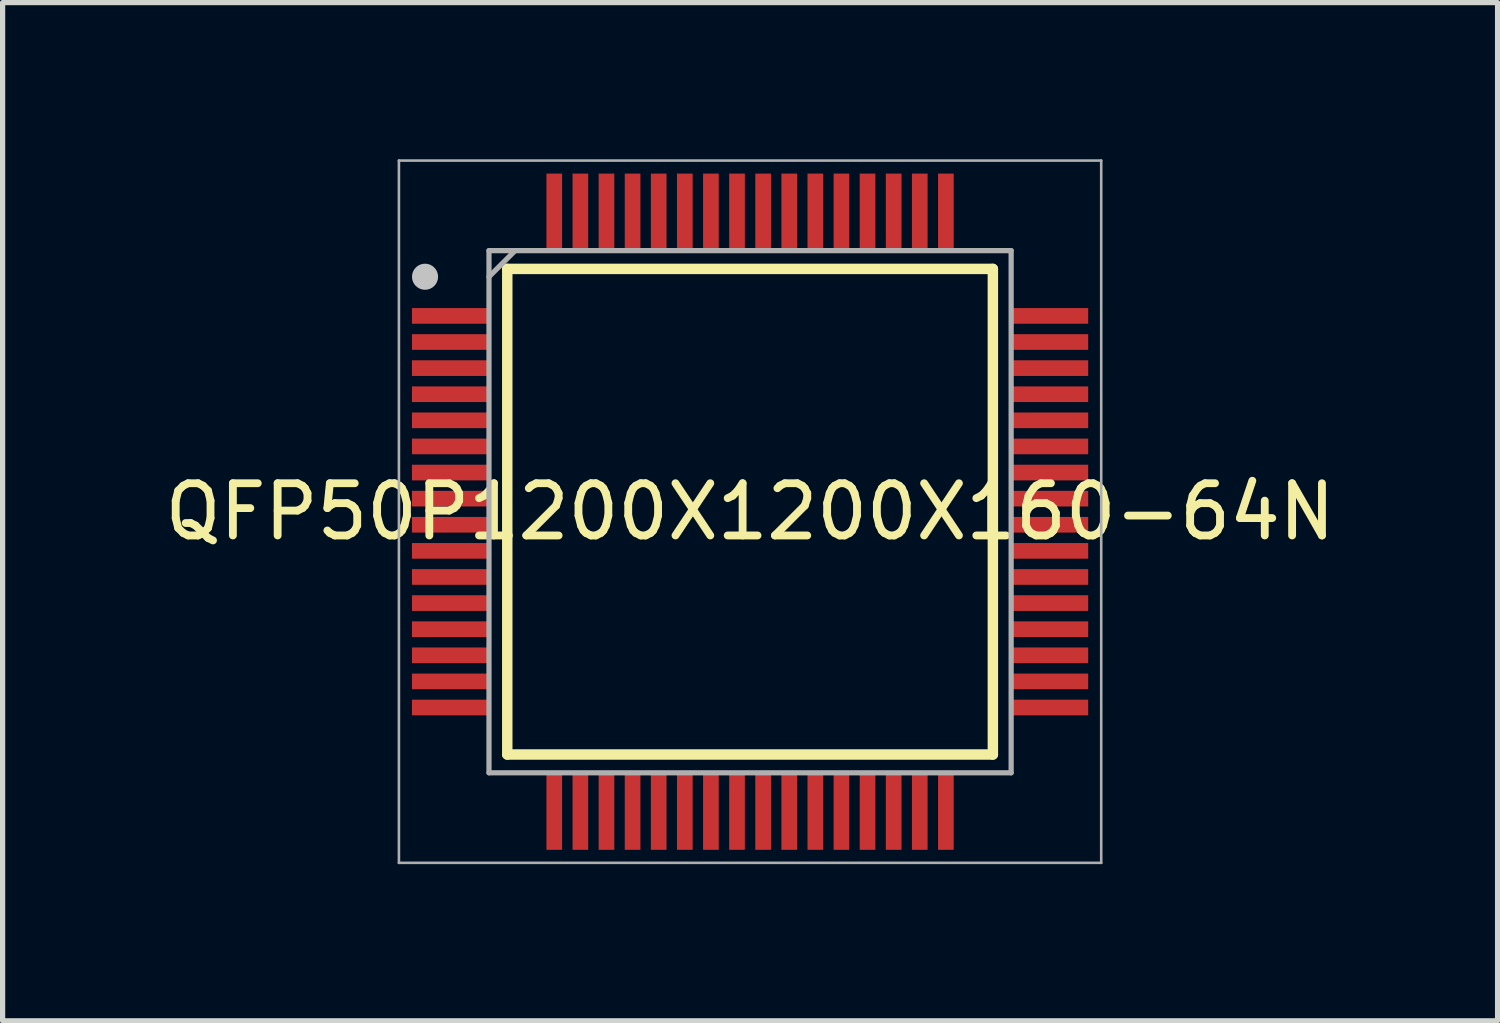
<source format=kicad_pcb>
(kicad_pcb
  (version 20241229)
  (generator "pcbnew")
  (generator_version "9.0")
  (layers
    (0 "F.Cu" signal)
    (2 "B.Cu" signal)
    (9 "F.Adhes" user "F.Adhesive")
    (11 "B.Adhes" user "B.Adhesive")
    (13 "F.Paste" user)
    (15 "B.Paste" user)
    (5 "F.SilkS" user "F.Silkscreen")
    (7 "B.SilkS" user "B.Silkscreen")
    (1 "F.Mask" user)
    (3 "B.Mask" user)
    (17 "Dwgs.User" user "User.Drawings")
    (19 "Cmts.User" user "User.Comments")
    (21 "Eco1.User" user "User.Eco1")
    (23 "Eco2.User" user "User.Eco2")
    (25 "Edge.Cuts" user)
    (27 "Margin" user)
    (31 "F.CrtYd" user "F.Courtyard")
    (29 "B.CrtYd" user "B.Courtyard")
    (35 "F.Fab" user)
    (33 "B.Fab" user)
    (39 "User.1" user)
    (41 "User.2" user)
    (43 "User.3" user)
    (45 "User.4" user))
  (footprint "QFP50P1200X1200X160-64N"
    (layer "F.Cu")
    (at 11.315 6.75)
    (property "Reference" "QFP50P1200X1200X160-64N" (at 0 0 0) (layer "F.SilkS") (effects (font (size 1 1) (thickness 0.15))))
    (attr smd)
    (fp_line (start -4.65 -4.65) (end 4.65 -4.65) (stroke (width 0.2) (type solid)) (layer "F.SilkS"))
    (fp_line (start -4.65 4.65) (end -4.65 -4.65) (stroke (width 0.2) (type solid)) (layer "F.SilkS"))
    (fp_line (start 4.65 -4.65) (end 4.65 4.65) (stroke (width 0.2) (type solid)) (layer "F.SilkS"))
    (fp_line (start 4.65 4.65) (end -4.65 4.65) (stroke (width 0.2) (type solid)) (layer "F.SilkS"))
    (fp_circle (center -6.225 -4.5) (end -6.1 -4.5) (stroke (width 0.25) (type solid)) (fill no) (layer "Dwgs.User"))
    (fp_line (start -6.725 -6.725) (end 6.725 -6.725) (stroke (width 0.05) (type solid)) (layer "F.Fab"))
    (fp_line (start -6.725 6.725) (end -6.725 -6.725) (stroke (width 0.05) (type solid)) (layer "F.Fab"))
    (fp_line (start -5 -5) (end 5 -5) (stroke (width 0.1) (type solid)) (layer "F.Fab"))
    (fp_line (start -5 -4.5) (end -4.5 -5) (stroke (width 0.1) (type solid)) (layer "F.Fab"))
    (fp_line (start -5 5) (end -5 -5) (stroke (width 0.1) (type solid)) (layer "F.Fab"))
    (fp_line (start 5 -5) (end 5 5) (stroke (width 0.1) (type solid)) (layer "F.Fab"))
    (fp_line (start 5 5) (end -5 5) (stroke (width 0.1) (type solid)) (layer "F.Fab"))
    (fp_line (start 6.725 -6.725) (end 6.725 6.725) (stroke (width 0.05) (type solid)) (layer "F.Fab"))
    (fp_line (start 6.725 6.725) (end -6.725 6.725) (stroke (width 0.05) (type solid)) (layer "F.Fab"))
    (pad "1" smd rect (at -5.738 -3.75) (size 1.475 0.3) (layers "F.Cu" "F.Mask" "F.Paste"))
    (pad "2" smd rect (at -5.738 -3.25) (size 1.475 0.3) (layers "F.Cu" "F.Mask" "F.Paste"))
    (pad "3" smd rect (at -5.738 -2.75) (size 1.475 0.3) (layers "F.Cu" "F.Mask" "F.Paste"))
    (pad "4" smd rect (at -5.738 -2.25) (size 1.475 0.3) (layers "F.Cu" "F.Mask" "F.Paste"))
    (pad "5" smd rect (at -5.738 -1.75) (size 1.475 0.3) (layers "F.Cu" "F.Mask" "F.Paste"))
    (pad "6" smd rect (at -5.738 -1.25) (size 1.475 0.3) (layers "F.Cu" "F.Mask" "F.Paste"))
    (pad "7" smd rect (at -5.738 -0.75) (size 1.475 0.3) (layers "F.Cu" "F.Mask" "F.Paste"))
    (pad "8" smd rect (at -5.738 -0.25) (size 1.475 0.3) (layers "F.Cu" "F.Mask" "F.Paste"))
    (pad "9" smd rect (at -5.738 0.25) (size 1.475 0.3) (layers "F.Cu" "F.Mask" "F.Paste"))
    (pad "10" smd rect (at -5.738 0.75) (size 1.475 0.3) (layers "F.Cu" "F.Mask" "F.Paste"))
    (pad "11" smd rect (at -5.738 1.25) (size 1.475 0.3) (layers "F.Cu" "F.Mask" "F.Paste"))
    (pad "12" smd rect (at -5.738 1.75) (size 1.475 0.3) (layers "F.Cu" "F.Mask" "F.Paste"))
    (pad "13" smd rect (at -5.738 2.25) (size 1.475 0.3) (layers "F.Cu" "F.Mask" "F.Paste"))
    (pad "14" smd rect (at -5.738 2.75) (size 1.475 0.3) (layers "F.Cu" "F.Mask" "F.Paste"))
    (pad "15" smd rect (at -5.738 3.25) (size 1.475 0.3) (layers "F.Cu" "F.Mask" "F.Paste"))
    (pad "16" smd rect (at -5.738 3.75) (size 1.475 0.3) (layers "F.Cu" "F.Mask" "F.Paste"))
    (pad "17" smd rect (at -3.75 5.738 90) (size 1.475 0.3) (layers "F.Cu" "F.Mask" "F.Paste"))
    (pad "18" smd rect (at -3.25 5.738 90) (size 1.475 0.3) (layers "F.Cu" "F.Mask" "F.Paste"))
    (pad "19" smd rect (at -2.75 5.738 90) (size 1.475 0.3) (layers "F.Cu" "F.Mask" "F.Paste"))
    (pad "20" smd rect (at -2.25 5.738 90) (size 1.475 0.3) (layers "F.Cu" "F.Mask" "F.Paste"))
    (pad "21" smd rect (at -1.75 5.738 90) (size 1.475 0.3) (layers "F.Cu" "F.Mask" "F.Paste"))
    (pad "22" smd rect (at -1.25 5.738 90) (size 1.475 0.3) (layers "F.Cu" "F.Mask" "F.Paste"))
    (pad "23" smd rect (at -0.75 5.738 90) (size 1.475 0.3) (layers "F.Cu" "F.Mask" "F.Paste"))
    (pad "24" smd rect (at -0.25 5.738 90) (size 1.475 0.3) (layers "F.Cu" "F.Mask" "F.Paste"))
    (pad "25" smd rect (at 0.25 5.738 90) (size 1.475 0.3) (layers "F.Cu" "F.Mask" "F.Paste"))
    (pad "26" smd rect (at 0.75 5.738 90) (size 1.475 0.3) (layers "F.Cu" "F.Mask" "F.Paste"))
    (pad "27" smd rect (at 1.25 5.738 90) (size 1.475 0.3) (layers "F.Cu" "F.Mask" "F.Paste"))
    (pad "28" smd rect (at 1.75 5.738 90) (size 1.475 0.3) (layers "F.Cu" "F.Mask" "F.Paste"))
    (pad "29" smd rect (at 2.25 5.738 90) (size 1.475 0.3) (layers "F.Cu" "F.Mask" "F.Paste"))
    (pad "30" smd rect (at 2.75 5.738 90) (size 1.475 0.3) (layers "F.Cu" "F.Mask" "F.Paste"))
    (pad "31" smd rect (at 3.25 5.738 90) (size 1.475 0.3) (layers "F.Cu" "F.Mask" "F.Paste"))
    (pad "32" smd rect (at 3.75 5.738 90) (size 1.475 0.3) (layers "F.Cu" "F.Mask" "F.Paste"))
    (pad "33" smd rect (at 5.738 3.75) (size 1.475 0.3) (layers "F.Cu" "F.Mask" "F.Paste"))
    (pad "34" smd rect (at 5.738 3.25) (size 1.475 0.3) (layers "F.Cu" "F.Mask" "F.Paste"))
    (pad "35" smd rect (at 5.738 2.75) (size 1.475 0.3) (layers "F.Cu" "F.Mask" "F.Paste"))
    (pad "36" smd rect (at 5.738 2.25) (size 1.475 0.3) (layers "F.Cu" "F.Mask" "F.Paste"))
    (pad "37" smd rect (at 5.738 1.75) (size 1.475 0.3) (layers "F.Cu" "F.Mask" "F.Paste"))
    (pad "38" smd rect (at 5.738 1.25) (size 1.475 0.3) (layers "F.Cu" "F.Mask" "F.Paste"))
    (pad "39" smd rect (at 5.738 0.75) (size 1.475 0.3) (layers "F.Cu" "F.Mask" "F.Paste"))
    (pad "40" smd rect (at 5.738 0.25) (size 1.475 0.3) (layers "F.Cu" "F.Mask" "F.Paste"))
    (pad "41" smd rect (at 5.738 -0.25) (size 1.475 0.3) (layers "F.Cu" "F.Mask" "F.Paste"))
    (pad "42" smd rect (at 5.738 -0.75) (size 1.475 0.3) (layers "F.Cu" "F.Mask" "F.Paste"))
    (pad "43" smd rect (at 5.738 -1.25) (size 1.475 0.3) (layers "F.Cu" "F.Mask" "F.Paste"))
    (pad "44" smd rect (at 5.738 -1.75) (size 1.475 0.3) (layers "F.Cu" "F.Mask" "F.Paste"))
    (pad "45" smd rect (at 5.738 -2.25) (size 1.475 0.3) (layers "F.Cu" "F.Mask" "F.Paste"))
    (pad "46" smd rect (at 5.738 -2.75) (size 1.475 0.3) (layers "F.Cu" "F.Mask" "F.Paste"))
    (pad "47" smd rect (at 5.738 -3.25) (size 1.475 0.3) (layers "F.Cu" "F.Mask" "F.Paste"))
    (pad "48" smd rect (at 5.738 -3.75) (size 1.475 0.3) (layers "F.Cu" "F.Mask" "F.Paste"))
    (pad "49" smd rect (at 3.75 -5.738 90) (size 1.475 0.3) (layers "F.Cu" "F.Mask" "F.Paste"))
    (pad "50" smd rect (at 3.25 -5.738 90) (size 1.475 0.3) (layers "F.Cu" "F.Mask" "F.Paste"))
    (pad "51" smd rect (at 2.75 -5.738 90) (size 1.475 0.3) (layers "F.Cu" "F.Mask" "F.Paste"))
    (pad "52" smd rect (at 2.25 -5.738 90) (size 1.475 0.3) (layers "F.Cu" "F.Mask" "F.Paste"))
    (pad "53" smd rect (at 1.75 -5.738 90) (size 1.475 0.3) (layers "F.Cu" "F.Mask" "F.Paste"))
    (pad "54" smd rect (at 1.25 -5.738 90) (size 1.475 0.3) (layers "F.Cu" "F.Mask" "F.Paste"))
    (pad "55" smd rect (at 0.75 -5.738 90) (size 1.475 0.3) (layers "F.Cu" "F.Mask" "F.Paste"))
    (pad "56" smd rect (at 0.25 -5.738 90) (size 1.475 0.3) (layers "F.Cu" "F.Mask" "F.Paste"))
    (pad "57" smd rect (at -0.25 -5.738 90) (size 1.475 0.3) (layers "F.Cu" "F.Mask" "F.Paste"))
    (pad "58" smd rect (at -0.75 -5.738 90) (size 1.475 0.3) (layers "F.Cu" "F.Mask" "F.Paste"))
    (pad "59" smd rect (at -1.25 -5.738 90) (size 1.475 0.3) (layers "F.Cu" "F.Mask" "F.Paste"))
    (pad "60" smd rect (at -1.75 -5.738 90) (size 1.475 0.3) (layers "F.Cu" "F.Mask" "F.Paste"))
    (pad "61" smd rect (at -2.25 -5.738 90) (size 1.475 0.3) (layers "F.Cu" "F.Mask" "F.Paste"))
    (pad "62" smd rect (at -2.75 -5.738 90) (size 1.475 0.3) (layers "F.Cu" "F.Mask" "F.Paste"))
    (pad "63" smd rect (at -3.25 -5.738 90) (size 1.475 0.3) (layers "F.Cu" "F.Mask" "F.Paste"))
    (pad "64" smd rect (at -3.75 -5.738 90) (size 1.475 0.3) (layers "F.Cu" "F.Mask" "F.Paste")))
  (gr_rect
    (start -3 -3)
    (end 25.631 16.5)
    (stroke (width 0.1) (type default))
    (fill no)
    (layer "Edge.Cuts")))
</source>
